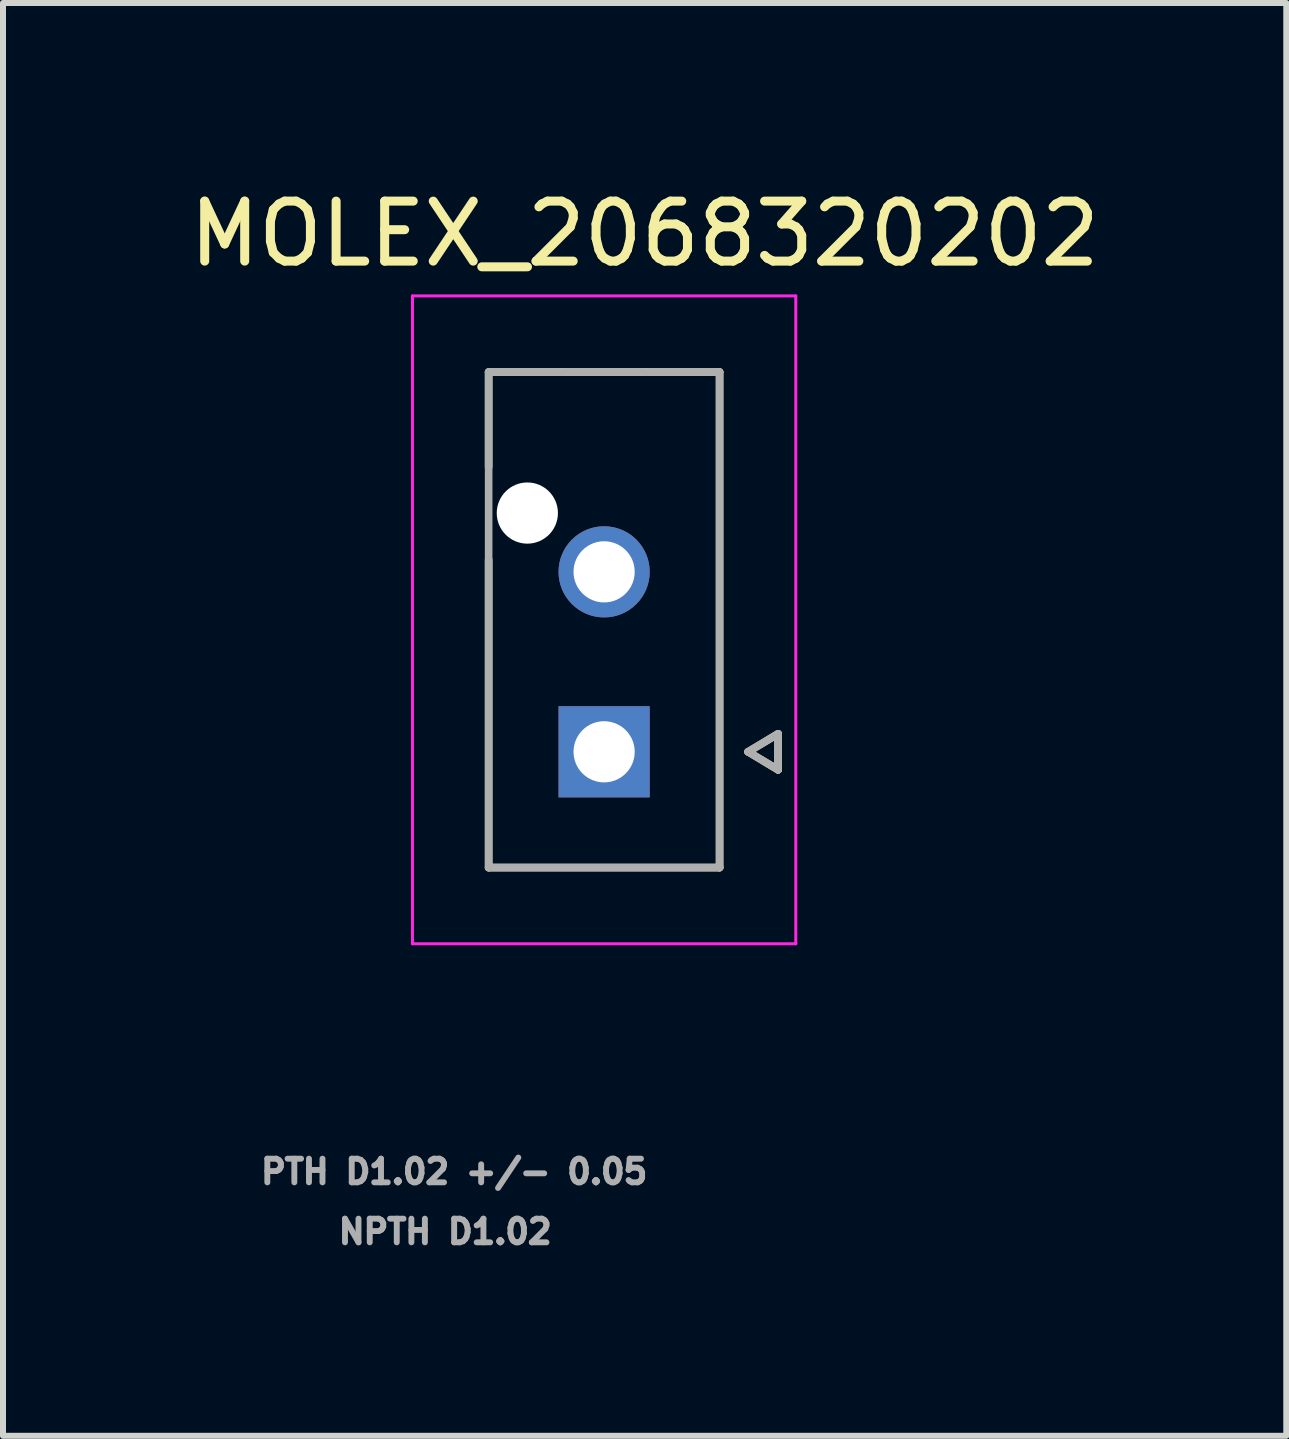
<source format=kicad_pcb>
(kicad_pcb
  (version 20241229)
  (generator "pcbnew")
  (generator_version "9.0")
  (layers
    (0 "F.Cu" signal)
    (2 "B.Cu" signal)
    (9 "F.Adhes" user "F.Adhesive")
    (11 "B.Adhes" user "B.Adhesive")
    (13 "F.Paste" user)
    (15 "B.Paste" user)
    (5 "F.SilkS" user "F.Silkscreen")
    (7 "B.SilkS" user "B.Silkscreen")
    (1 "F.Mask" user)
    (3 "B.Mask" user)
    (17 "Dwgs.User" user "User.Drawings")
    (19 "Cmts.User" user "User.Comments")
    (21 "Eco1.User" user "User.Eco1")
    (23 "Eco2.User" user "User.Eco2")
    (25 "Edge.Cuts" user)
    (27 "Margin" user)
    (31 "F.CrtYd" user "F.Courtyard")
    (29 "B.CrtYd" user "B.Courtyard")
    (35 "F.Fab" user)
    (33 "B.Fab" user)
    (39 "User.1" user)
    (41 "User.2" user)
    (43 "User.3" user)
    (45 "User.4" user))
  (footprint "MOLEX_2068320202"
    (layer "F.Cu")
    (at 7.021 9.483)
    (property "Reference" "MOLEX_2068320202" (at 0.675 -8.635 0) (layer "F.SilkS") (effects (font (size 1 1) (thickness 0.15))))
    (attr through_hole)
    (fp_circle (center -1.28 -3.98) (end -0.987 -3.98) (stroke (width 0.586) (type solid)) (fill no) (layer "F.Mask"))
    (fp_circle (center 0 -3) (end 0.418 -3) (stroke (width 0.836) (type solid)) (fill no) (layer "F.Mask"))
    (fp_poly (pts (xy -0.836 -0.836) (xy 0.836 -0.836) (xy 0.836 0.836) (xy -0.836 0.836)) (stroke (width 0.01) (type solid)) (fill yes) (layer "F.Mask"))
    (fp_circle (center -1.28 -3.98) (end -0.987 -3.98) (stroke (width 0.586) (type solid)) (fill no) (layer "B.Mask"))
    (fp_circle (center 0 -3) (end 0.418 -3) (stroke (width 0.836) (type solid)) (fill no) (layer "B.Mask"))
    (fp_poly (pts (xy -0.836 -0.836) (xy 0.836 -0.836) (xy 0.836 0.836) (xy -0.836 0.836)) (stroke (width 0.01) (type solid)) (fill yes) (layer "B.Mask"))
    (fp_line (start -1.925 -6.33) (end -0.7 -6.33) (stroke (width 0.127) (type solid)) (layer "F.SilkS"))
    (fp_line (start -1.925 -4.75) (end -1.925 -6.33) (stroke (width 0.127) (type solid)) (layer "F.SilkS"))
    (fp_line (start -1.925 1.93) (end -1.925 -3.2) (stroke (width 0.127) (type solid)) (layer "F.SilkS"))
    (fp_line (start -0.7 -6.33) (end 0.7 -6.33) (stroke (width 0.127) (type solid)) (layer "F.SilkS"))
    (fp_line (start 0.7 -6.33) (end 1.925 -6.33) (stroke (width 0.127) (type solid)) (layer "F.SilkS"))
    (fp_line (start 1.925 -6.33) (end 1.925 1.93) (stroke (width 0.127) (type solid)) (layer "F.SilkS"))
    (fp_line (start 1.925 1.93) (end -1.925 1.93) (stroke (width 0.127) (type solid)) (layer "F.SilkS"))
    (fp_line (start 2.4 0) (end 2.9 -0.3) (stroke (width 0.127) (type solid)) (layer "F.SilkS"))
    (fp_line (start 2.9 -0.3) (end 2.9 0.3) (stroke (width 0.127) (type solid)) (layer "F.SilkS"))
    (fp_line (start 2.9 0.3) (end 2.4 0) (stroke (width 0.127) (type solid)) (layer "F.SilkS"))
    (fp_line (start -3.195 -7.6) (end 3.195 -7.6) (stroke (width 0.05) (type solid)) (layer "F.CrtYd"))
    (fp_line (start -3.195 3.2) (end -3.195 -7.6) (stroke (width 0.05) (type solid)) (layer "F.CrtYd"))
    (fp_line (start 3.195 -7.6) (end 3.195 3.2) (stroke (width 0.05) (type solid)) (layer "F.CrtYd"))
    (fp_line (start 3.195 3.2) (end -3.195 3.2) (stroke (width 0.05) (type solid)) (layer "F.CrtYd"))
    (fp_line (start -1.925 -6.33) (end -0.7 -6.33) (stroke (width 0.127) (type solid)) (layer "F.Fab"))
    (fp_line (start -1.925 1.93) (end -1.925 -6.33) (stroke (width 0.127) (type solid)) (layer "F.Fab"))
    (fp_line (start -0.7 -6.33) (end 0.7 -6.33) (stroke (width 0.127) (type solid)) (layer "F.Fab"))
    (fp_line (start 0.7 -6.33) (end 1.925 -6.33) (stroke (width 0.127) (type solid)) (layer "F.Fab"))
    (fp_line (start 1.925 -6.33) (end 1.925 1.93) (stroke (width 0.127) (type solid)) (layer "F.Fab"))
    (fp_line (start 1.925 1.93) (end -1.925 1.93) (stroke (width 0.127) (type solid)) (layer "F.Fab"))
    (fp_line (start 2.4 0) (end 2.9 -0.3) (stroke (width 0.127) (type solid)) (layer "F.Fab"))
    (fp_line (start 2.9 -0.3) (end 2.9 0.3) (stroke (width 0.127) (type solid)) (layer "F.Fab"))
    (fp_line (start 2.9 0.3) (end 2.4 0) (stroke (width 0.127) (type solid)) (layer "F.Fab"))
    (fp_text user "PTH D1.02 +/- 0.05" (at -2.5 7 0) (layer "F.Fab") (effects (font (size 0.394 0.394) (thickness 0.15))))
    (fp_text user "NPTH D1.02 " (at -2.5 8 0) (layer "F.Fab") (effects (font (size 0.394 0.394) (thickness 0.15))))
    (pad "" np_thru_hole circle (at -1.28 -3.98) (size 1.02 1.02) (drill 1.02) (layers "*.Cu" "*.Mask"))
    (pad "1" thru_hole rect (at 0 0) (size 1.52 1.52) (drill 1.02) (layers "*.Cu"))
    (pad "2" thru_hole circle (at 0 -3) (size 1.52 1.52) (drill 1.02) (layers "*.Cu")))
  (gr_rect
    (start -3 -3)
    (end 18.393 20.886)
    (stroke (width 0.1) (type default))
    (fill no)
    (layer "Edge.Cuts")))
</source>
